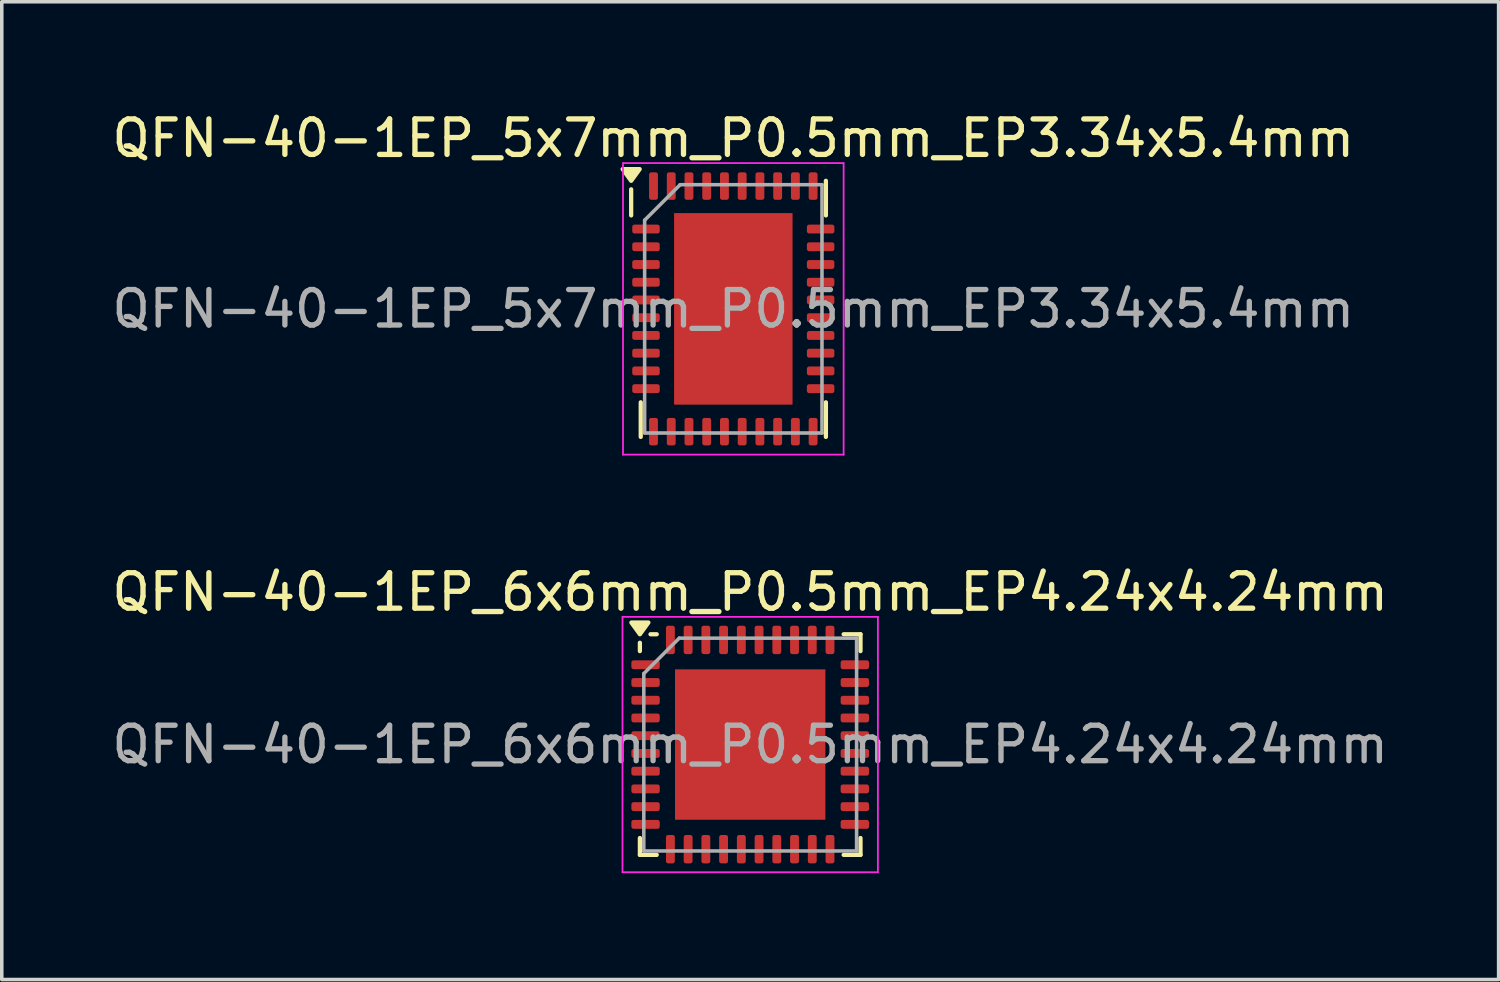
<source format=kicad_pcb>
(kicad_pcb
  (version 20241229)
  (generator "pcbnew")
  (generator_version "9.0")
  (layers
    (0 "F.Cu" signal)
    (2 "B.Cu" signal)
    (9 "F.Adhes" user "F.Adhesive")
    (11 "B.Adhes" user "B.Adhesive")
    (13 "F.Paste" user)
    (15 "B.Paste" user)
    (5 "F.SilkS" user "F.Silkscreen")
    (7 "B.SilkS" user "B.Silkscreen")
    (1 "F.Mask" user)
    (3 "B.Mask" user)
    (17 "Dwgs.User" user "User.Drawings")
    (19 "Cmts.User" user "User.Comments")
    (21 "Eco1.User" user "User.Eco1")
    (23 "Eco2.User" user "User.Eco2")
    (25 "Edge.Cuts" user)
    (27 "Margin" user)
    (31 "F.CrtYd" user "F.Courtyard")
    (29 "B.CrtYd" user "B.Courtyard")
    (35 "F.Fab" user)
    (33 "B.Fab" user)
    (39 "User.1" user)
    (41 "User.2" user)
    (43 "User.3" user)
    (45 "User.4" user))
  (footprint "QFN-40-1EP_6x6mm_P0.5mm_EP4.24x4.24mm"
    (layer "F.Cu")
    (at 18.101 17.942)
    (property "Reference" "QFN-40-1EP_6x6mm_P0.5mm_EP4.24x4.24mm" (at 0 -4.3 0) (layer "F.SilkS") (effects (font (size 1 1) (thickness 0.15))))
    (attr smd)
    (fp_line (start -3.11 -2.635) (end -3.11 -2.87) (stroke (width 0.12) (type solid)) (layer "F.SilkS"))
    (fp_line (start -3.11 3.11) (end -3.11 2.635) (stroke (width 0.12) (type solid)) (layer "F.SilkS"))
    (fp_line (start -2.635 -3.11) (end -2.81 -3.11) (stroke (width 0.12) (type solid)) (layer "F.SilkS"))
    (fp_line (start -2.635 3.11) (end -3.11 3.11) (stroke (width 0.12) (type solid)) (layer "F.SilkS"))
    (fp_line (start 2.635 -3.11) (end 3.11 -3.11) (stroke (width 0.12) (type solid)) (layer "F.SilkS"))
    (fp_line (start 2.635 3.11) (end 3.11 3.11) (stroke (width 0.12) (type solid)) (layer "F.SilkS"))
    (fp_line (start 3.11 -3.11) (end 3.11 -2.635) (stroke (width 0.12) (type solid)) (layer "F.SilkS"))
    (fp_line (start 3.11 3.11) (end 3.11 2.635) (stroke (width 0.12) (type solid)) (layer "F.SilkS"))
    (fp_poly (pts (xy -3.11 -3.11) (xy -3.35 -3.44) (xy -2.87 -3.44) (xy -3.11 -3.11)) (stroke (width 0.12) (type solid)) (fill yes) (layer "F.SilkS"))
    (fp_line (start -3.6 -3.6) (end -3.6 3.6) (stroke (width 0.05) (type solid)) (layer "F.CrtYd"))
    (fp_line (start -3.6 3.6) (end 3.6 3.6) (stroke (width 0.05) (type solid)) (layer "F.CrtYd"))
    (fp_line (start 3.6 -3.6) (end -3.6 -3.6) (stroke (width 0.05) (type solid)) (layer "F.CrtYd"))
    (fp_line (start 3.6 3.6) (end 3.6 -3.6) (stroke (width 0.05) (type solid)) (layer "F.CrtYd"))
    (fp_line (start -3 -2) (end -2 -3) (stroke (width 0.1) (type solid)) (layer "F.Fab"))
    (fp_line (start -3 3) (end -3 -2) (stroke (width 0.1) (type solid)) (layer "F.Fab"))
    (fp_line (start -2 -3) (end 3 -3) (stroke (width 0.1) (type solid)) (layer "F.Fab"))
    (fp_line (start 3 -3) (end 3 3) (stroke (width 0.1) (type solid)) (layer "F.Fab"))
    (fp_line (start 3 3) (end -3 3) (stroke (width 0.1) (type solid)) (layer "F.Fab"))
    (fp_text user "${REFERENCE}" (at 0 0 0) (layer "F.Fab") (effects (font (size 1 1) (thickness 0.15))))
    (pad "" smd roundrect (at -1.06 -1.06) (size 1.71 1.71) (layers "F.Paste") (roundrect_rratio 0.146))
    (pad "" smd roundrect (at -1.06 1.06) (size 1.71 1.71) (layers "F.Paste") (roundrect_rratio 0.146))
    (pad "" smd roundrect (at 1.06 -1.06) (size 1.71 1.71) (layers "F.Paste") (roundrect_rratio 0.146))
    (pad "" smd roundrect (at 1.06 1.06) (size 1.71 1.71) (layers "F.Paste") (roundrect_rratio 0.146))
    (pad "1" smd roundrect (at -2.95 -2.25) (size 0.8 0.25) (layers "F.Cu" "F.Mask" "F.Paste") (roundrect_rratio 0.25))
    (pad "2" smd roundrect (at -2.95 -1.75) (size 0.8 0.25) (layers "F.Cu" "F.Mask" "F.Paste") (roundrect_rratio 0.25))
    (pad "3" smd roundrect (at -2.95 -1.25) (size 0.8 0.25) (layers "F.Cu" "F.Mask" "F.Paste") (roundrect_rratio 0.25))
    (pad "4" smd roundrect (at -2.95 -0.75) (size 0.8 0.25) (layers "F.Cu" "F.Mask" "F.Paste") (roundrect_rratio 0.25))
    (pad "5" smd roundrect (at -2.95 -0.25) (size 0.8 0.25) (layers "F.Cu" "F.Mask" "F.Paste") (roundrect_rratio 0.25))
    (pad "6" smd roundrect (at -2.95 0.25) (size 0.8 0.25) (layers "F.Cu" "F.Mask" "F.Paste") (roundrect_rratio 0.25))
    (pad "7" smd roundrect (at -2.95 0.75) (size 0.8 0.25) (layers "F.Cu" "F.Mask" "F.Paste") (roundrect_rratio 0.25))
    (pad "8" smd roundrect (at -2.95 1.25) (size 0.8 0.25) (layers "F.Cu" "F.Mask" "F.Paste") (roundrect_rratio 0.25))
    (pad "9" smd roundrect (at -2.95 1.75) (size 0.8 0.25) (layers "F.Cu" "F.Mask" "F.Paste") (roundrect_rratio 0.25))
    (pad "10" smd roundrect (at -2.95 2.25) (size 0.8 0.25) (layers "F.Cu" "F.Mask" "F.Paste") (roundrect_rratio 0.25))
    (pad "11" smd roundrect (at -2.25 2.95) (size 0.25 0.8) (layers "F.Cu" "F.Mask" "F.Paste") (roundrect_rratio 0.25))
    (pad "12" smd roundrect (at -1.75 2.95) (size 0.25 0.8) (layers "F.Cu" "F.Mask" "F.Paste") (roundrect_rratio 0.25))
    (pad "13" smd roundrect (at -1.25 2.95) (size 0.25 0.8) (layers "F.Cu" "F.Mask" "F.Paste") (roundrect_rratio 0.25))
    (pad "14" smd roundrect (at -0.75 2.95) (size 0.25 0.8) (layers "F.Cu" "F.Mask" "F.Paste") (roundrect_rratio 0.25))
    (pad "15" smd roundrect (at -0.25 2.95) (size 0.25 0.8) (layers "F.Cu" "F.Mask" "F.Paste") (roundrect_rratio 0.25))
    (pad "16" smd roundrect (at 0.25 2.95) (size 0.25 0.8) (layers "F.Cu" "F.Mask" "F.Paste") (roundrect_rratio 0.25))
    (pad "17" smd roundrect (at 0.75 2.95) (size 0.25 0.8) (layers "F.Cu" "F.Mask" "F.Paste") (roundrect_rratio 0.25))
    (pad "18" smd roundrect (at 1.25 2.95) (size 0.25 0.8) (layers "F.Cu" "F.Mask" "F.Paste") (roundrect_rratio 0.25))
    (pad "19" smd roundrect (at 1.75 2.95) (size 0.25 0.8) (layers "F.Cu" "F.Mask" "F.Paste") (roundrect_rratio 0.25))
    (pad "20" smd roundrect (at 2.25 2.95) (size 0.25 0.8) (layers "F.Cu" "F.Mask" "F.Paste") (roundrect_rratio 0.25))
    (pad "21" smd roundrect (at 2.95 2.25) (size 0.8 0.25) (layers "F.Cu" "F.Mask" "F.Paste") (roundrect_rratio 0.25))
    (pad "22" smd roundrect (at 2.95 1.75) (size 0.8 0.25) (layers "F.Cu" "F.Mask" "F.Paste") (roundrect_rratio 0.25))
    (pad "23" smd roundrect (at 2.95 1.25) (size 0.8 0.25) (layers "F.Cu" "F.Mask" "F.Paste") (roundrect_rratio 0.25))
    (pad "24" smd roundrect (at 2.95 0.75) (size 0.8 0.25) (layers "F.Cu" "F.Mask" "F.Paste") (roundrect_rratio 0.25))
    (pad "25" smd roundrect (at 2.95 0.25) (size 0.8 0.25) (layers "F.Cu" "F.Mask" "F.Paste") (roundrect_rratio 0.25))
    (pad "26" smd roundrect (at 2.95 -0.25) (size 0.8 0.25) (layers "F.Cu" "F.Mask" "F.Paste") (roundrect_rratio 0.25))
    (pad "27" smd roundrect (at 2.95 -0.75) (size 0.8 0.25) (layers "F.Cu" "F.Mask" "F.Paste") (roundrect_rratio 0.25))
    (pad "28" smd roundrect (at 2.95 -1.25) (size 0.8 0.25) (layers "F.Cu" "F.Mask" "F.Paste") (roundrect_rratio 0.25))
    (pad "29" smd roundrect (at 2.95 -1.75) (size 0.8 0.25) (layers "F.Cu" "F.Mask" "F.Paste") (roundrect_rratio 0.25))
    (pad "30" smd roundrect (at 2.95 -2.25) (size 0.8 0.25) (layers "F.Cu" "F.Mask" "F.Paste") (roundrect_rratio 0.25))
    (pad "31" smd roundrect (at 2.25 -2.95) (size 0.25 0.8) (layers "F.Cu" "F.Mask" "F.Paste") (roundrect_rratio 0.25))
    (pad "32" smd roundrect (at 1.75 -2.95) (size 0.25 0.8) (layers "F.Cu" "F.Mask" "F.Paste") (roundrect_rratio 0.25))
    (pad "33" smd roundrect (at 1.25 -2.95) (size 0.25 0.8) (layers "F.Cu" "F.Mask" "F.Paste") (roundrect_rratio 0.25))
    (pad "34" smd roundrect (at 0.75 -2.95) (size 0.25 0.8) (layers "F.Cu" "F.Mask" "F.Paste") (roundrect_rratio 0.25))
    (pad "35" smd roundrect (at 0.25 -2.95) (size 0.25 0.8) (layers "F.Cu" "F.Mask" "F.Paste") (roundrect_rratio 0.25))
    (pad "36" smd roundrect (at -0.25 -2.95) (size 0.25 0.8) (layers "F.Cu" "F.Mask" "F.Paste") (roundrect_rratio 0.25))
    (pad "37" smd roundrect (at -0.75 -2.95) (size 0.25 0.8) (layers "F.Cu" "F.Mask" "F.Paste") (roundrect_rratio 0.25))
    (pad "38" smd roundrect (at -1.25 -2.95) (size 0.25 0.8) (layers "F.Cu" "F.Mask" "F.Paste") (roundrect_rratio 0.25))
    (pad "39" smd roundrect (at -1.75 -2.95) (size 0.25 0.8) (layers "F.Cu" "F.Mask" "F.Paste") (roundrect_rratio 0.25))
    (pad "40" smd roundrect (at -2.25 -2.95) (size 0.25 0.8) (layers "F.Cu" "F.Mask" "F.Paste") (roundrect_rratio 0.25))
    (pad "41" smd rect (at 0 0) (size 4.24 4.24) (property pad_prop_heatsink) (layers "F.Cu" "F.Mask")))
  (footprint "QFN-40-1EP_5x7mm_P0.5mm_EP3.34x5.4mm"
    (layer "F.Cu")
    (at 17.625 5.658)
    (property "Reference" "QFN-40-1EP_5x7mm_P0.5mm_EP3.34x5.4mm" (at 0 -4.81 0) (layer "F.SilkS") (effects (font (size 1 1) (thickness 0.15))))
    (attr smd)
    (fp_line (start -2.88 -2.635) (end -2.88 -3.37) (stroke (width 0.12) (type solid)) (layer "F.SilkS"))
    (fp_line (start -2.61 3.61) (end -2.61 2.635) (stroke (width 0.12) (type solid)) (layer "F.SilkS"))
    (fp_line (start 2.61 -3.61) (end 2.61 -2.635) (stroke (width 0.12) (type solid)) (layer "F.SilkS"))
    (fp_line (start 2.61 3.61) (end 2.61 2.635) (stroke (width 0.12) (type solid)) (layer "F.SilkS"))
    (fp_poly (pts (xy -2.88 -3.61) (xy -3.12 -3.94) (xy -2.64 -3.94) (xy -2.88 -3.61)) (stroke (width 0.12) (type solid)) (fill yes) (layer "F.SilkS"))
    (fp_line (start -3.11 -4.11) (end -3.11 4.11) (stroke (width 0.05) (type solid)) (layer "F.CrtYd"))
    (fp_line (start -3.11 4.11) (end 3.11 4.11) (stroke (width 0.05) (type solid)) (layer "F.CrtYd"))
    (fp_line (start 3.11 -4.11) (end -3.11 -4.11) (stroke (width 0.05) (type solid)) (layer "F.CrtYd"))
    (fp_line (start 3.11 4.11) (end 3.11 -4.11) (stroke (width 0.05) (type solid)) (layer "F.CrtYd"))
    (fp_line (start -2.5 -2.5) (end -1.5 -3.5) (stroke (width 0.1) (type solid)) (layer "F.Fab"))
    (fp_line (start -2.5 3.5) (end -2.5 -2.5) (stroke (width 0.1) (type solid)) (layer "F.Fab"))
    (fp_line (start -1.5 -3.5) (end 2.5 -3.5) (stroke (width 0.1) (type solid)) (layer "F.Fab"))
    (fp_line (start 2.5 -3.5) (end 2.5 3.5) (stroke (width 0.1) (type solid)) (layer "F.Fab"))
    (fp_line (start 2.5 3.5) (end -2.5 3.5) (stroke (width 0.1) (type solid)) (layer "F.Fab"))
    (fp_text user "${REFERENCE}" (at 0 0 0) (layer "F.Fab") (effects (font (size 1 1) (thickness 0.15))))
    (pad "" smd roundrect (at -0.835 -1.35) (size 1.35 2.18) (layers "F.Paste") (roundrect_rratio 0.185))
    (pad "" smd roundrect (at -0.835 1.35) (size 1.35 2.18) (layers "F.Paste") (roundrect_rratio 0.185))
    (pad "" smd roundrect (at 0.835 -1.35) (size 1.35 2.18) (layers "F.Paste") (roundrect_rratio 0.185))
    (pad "" smd roundrect (at 0.835 1.35) (size 1.35 2.18) (layers "F.Paste") (roundrect_rratio 0.185))
    (pad "1" smd roundrect (at -2.462 -2.25) (size 0.775 0.25) (layers "F.Cu" "F.Mask" "F.Paste") (roundrect_rratio 0.25))
    (pad "2" smd roundrect (at -2.462 -1.75) (size 0.775 0.25) (layers "F.Cu" "F.Mask" "F.Paste") (roundrect_rratio 0.25))
    (pad "3" smd roundrect (at -2.462 -1.25) (size 0.775 0.25) (layers "F.Cu" "F.Mask" "F.Paste") (roundrect_rratio 0.25))
    (pad "4" smd roundrect (at -2.462 -0.75) (size 0.775 0.25) (layers "F.Cu" "F.Mask" "F.Paste") (roundrect_rratio 0.25))
    (pad "5" smd roundrect (at -2.462 -0.25) (size 0.775 0.25) (layers "F.Cu" "F.Mask" "F.Paste") (roundrect_rratio 0.25))
    (pad "6" smd roundrect (at -2.462 0.25) (size 0.775 0.25) (layers "F.Cu" "F.Mask" "F.Paste") (roundrect_rratio 0.25))
    (pad "7" smd roundrect (at -2.462 0.75) (size 0.775 0.25) (layers "F.Cu" "F.Mask" "F.Paste") (roundrect_rratio 0.25))
    (pad "8" smd roundrect (at -2.462 1.25) (size 0.775 0.25) (layers "F.Cu" "F.Mask" "F.Paste") (roundrect_rratio 0.25))
    (pad "9" smd roundrect (at -2.462 1.75) (size 0.775 0.25) (layers "F.Cu" "F.Mask" "F.Paste") (roundrect_rratio 0.25))
    (pad "10" smd roundrect (at -2.462 2.25) (size 0.775 0.25) (layers "F.Cu" "F.Mask" "F.Paste") (roundrect_rratio 0.25))
    (pad "11" smd roundrect (at -2.25 3.462) (size 0.25 0.775) (layers "F.Cu" "F.Mask" "F.Paste") (roundrect_rratio 0.25))
    (pad "12" smd roundrect (at -1.75 3.462) (size 0.25 0.775) (layers "F.Cu" "F.Mask" "F.Paste") (roundrect_rratio 0.25))
    (pad "13" smd roundrect (at -1.25 3.462) (size 0.25 0.775) (layers "F.Cu" "F.Mask" "F.Paste") (roundrect_rratio 0.25))
    (pad "14" smd roundrect (at -0.75 3.462) (size 0.25 0.775) (layers "F.Cu" "F.Mask" "F.Paste") (roundrect_rratio 0.25))
    (pad "15" smd roundrect (at -0.25 3.462) (size 0.25 0.775) (layers "F.Cu" "F.Mask" "F.Paste") (roundrect_rratio 0.25))
    (pad "16" smd roundrect (at 0.25 3.462) (size 0.25 0.775) (layers "F.Cu" "F.Mask" "F.Paste") (roundrect_rratio 0.25))
    (pad "17" smd roundrect (at 0.75 3.462) (size 0.25 0.775) (layers "F.Cu" "F.Mask" "F.Paste") (roundrect_rratio 0.25))
    (pad "18" smd roundrect (at 1.25 3.462) (size 0.25 0.775) (layers "F.Cu" "F.Mask" "F.Paste") (roundrect_rratio 0.25))
    (pad "19" smd roundrect (at 1.75 3.462) (size 0.25 0.775) (layers "F.Cu" "F.Mask" "F.Paste") (roundrect_rratio 0.25))
    (pad "20" smd roundrect (at 2.25 3.462) (size 0.25 0.775) (layers "F.Cu" "F.Mask" "F.Paste") (roundrect_rratio 0.25))
    (pad "21" smd roundrect (at 2.462 2.25) (size 0.775 0.25) (layers "F.Cu" "F.Mask" "F.Paste") (roundrect_rratio 0.25))
    (pad "22" smd roundrect (at 2.462 1.75) (size 0.775 0.25) (layers "F.Cu" "F.Mask" "F.Paste") (roundrect_rratio 0.25))
    (pad "23" smd roundrect (at 2.462 1.25) (size 0.775 0.25) (layers "F.Cu" "F.Mask" "F.Paste") (roundrect_rratio 0.25))
    (pad "24" smd roundrect (at 2.462 0.75) (size 0.775 0.25) (layers "F.Cu" "F.Mask" "F.Paste") (roundrect_rratio 0.25))
    (pad "25" smd roundrect (at 2.462 0.25) (size 0.775 0.25) (layers "F.Cu" "F.Mask" "F.Paste") (roundrect_rratio 0.25))
    (pad "26" smd roundrect (at 2.462 -0.25) (size 0.775 0.25) (layers "F.Cu" "F.Mask" "F.Paste") (roundrect_rratio 0.25))
    (pad "27" smd roundrect (at 2.462 -0.75) (size 0.775 0.25) (layers "F.Cu" "F.Mask" "F.Paste") (roundrect_rratio 0.25))
    (pad "28" smd roundrect (at 2.462 -1.25) (size 0.775 0.25) (layers "F.Cu" "F.Mask" "F.Paste") (roundrect_rratio 0.25))
    (pad "29" smd roundrect (at 2.462 -1.75) (size 0.775 0.25) (layers "F.Cu" "F.Mask" "F.Paste") (roundrect_rratio 0.25))
    (pad "30" smd roundrect (at 2.462 -2.25) (size 0.775 0.25) (layers "F.Cu" "F.Mask" "F.Paste") (roundrect_rratio 0.25))
    (pad "31" smd roundrect (at 2.25 -3.462) (size 0.25 0.775) (layers "F.Cu" "F.Mask" "F.Paste") (roundrect_rratio 0.25))
    (pad "32" smd roundrect (at 1.75 -3.462) (size 0.25 0.775) (layers "F.Cu" "F.Mask" "F.Paste") (roundrect_rratio 0.25))
    (pad "33" smd roundrect (at 1.25 -3.462) (size 0.25 0.775) (layers "F.Cu" "F.Mask" "F.Paste") (roundrect_rratio 0.25))
    (pad "34" smd roundrect (at 0.75 -3.462) (size 0.25 0.775) (layers "F.Cu" "F.Mask" "F.Paste") (roundrect_rratio 0.25))
    (pad "35" smd roundrect (at 0.25 -3.462) (size 0.25 0.775) (layers "F.Cu" "F.Mask" "F.Paste") (roundrect_rratio 0.25))
    (pad "36" smd roundrect (at -0.25 -3.462) (size 0.25 0.775) (layers "F.Cu" "F.Mask" "F.Paste") (roundrect_rratio 0.25))
    (pad "37" smd roundrect (at -0.75 -3.462) (size 0.25 0.775) (layers "F.Cu" "F.Mask" "F.Paste") (roundrect_rratio 0.25))
    (pad "38" smd roundrect (at -1.25 -3.462) (size 0.25 0.775) (layers "F.Cu" "F.Mask" "F.Paste") (roundrect_rratio 0.25))
    (pad "39" smd roundrect (at -1.75 -3.462) (size 0.25 0.775) (layers "F.Cu" "F.Mask" "F.Paste") (roundrect_rratio 0.25))
    (pad "40" smd roundrect (at -2.25 -3.462) (size 0.25 0.775) (layers "F.Cu" "F.Mask" "F.Paste") (roundrect_rratio 0.25))
    (pad "41" smd rect (at 0 0) (size 3.34 5.4) (property pad_prop_heatsink) (layers "F.Cu" "F.Mask")))
  (gr_rect
    (start -3 -3)
    (end 39.202 24.567)
    (stroke (width 0.1) (type default))
    (fill no)
    (layer "Edge.Cuts")))
</source>
